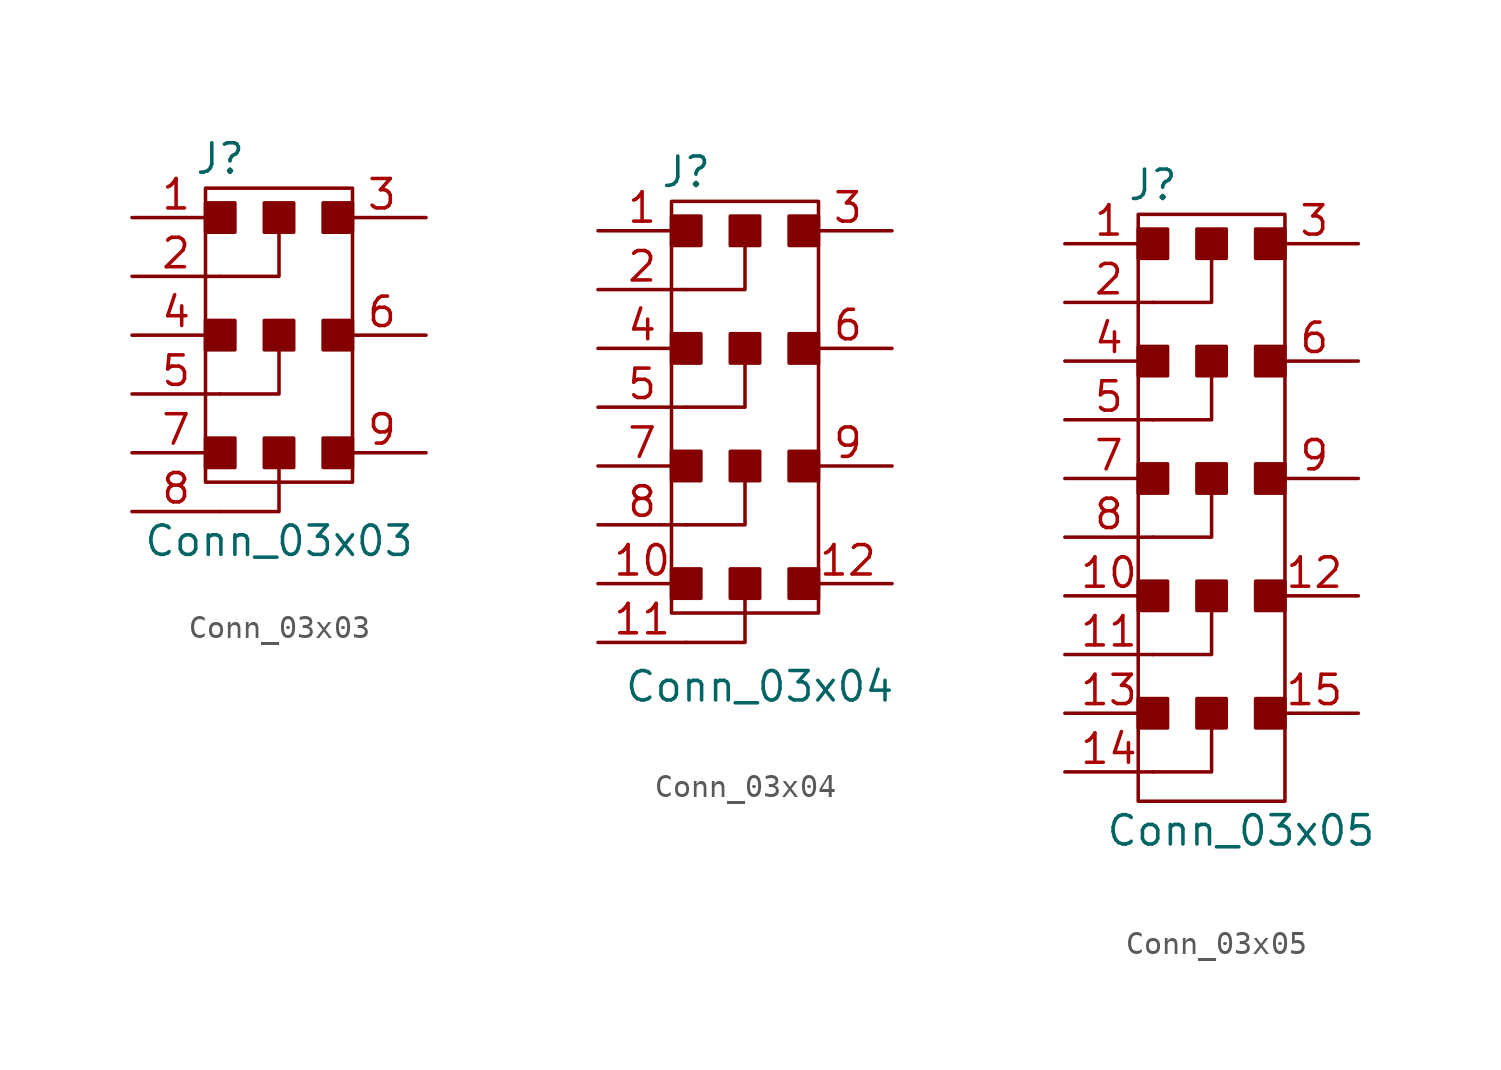
<source format=kicad_sym>
(kicad_symbol_lib
  (version 20220914)
  (generator kicad_symbol_editor)
  (symbol "Conn_03x03"
    (pin_names
      (offset 1.016) hide)
    (property "Reference" "J"
      (at -2.54 10.16 0)
      (effects (font (size 1.27 1.27))))
    (property "Value" "Conn_03x03"
      (at 0 -6.35 0)
      (effects (font (size 1.27 1.27))))
    (symbol "Conn_03x03_0_1"
      (rectangle (start -3.175 -1.905) (end -1.905 -3.175) (stroke (width 0) (type default)) (fill (type outline)))
      (rectangle (start -3.175 3.175) (end -1.905 1.905) (stroke (width 0) (type default)) (fill (type outline)))
      (rectangle (start -3.175 8.255) (end -1.905 6.985) (stroke (width 0) (type default)) (fill (type outline)))
      (rectangle (start -3.175 8.89) (end 3.175 -3.81) (stroke (width 0) (type default)) (fill (type none)))
      (rectangle (start -0.635 -1.905) (end 0.635 -3.175) (stroke (width 0) (type default)) (fill (type outline)))
      (rectangle (start -0.635 3.175) (end 0.635 1.905) (stroke (width 0) (type default)) (fill (type outline)))
      (rectangle (start -0.635 8.255) (end 0.635 6.985) (stroke (width 0) (type default)) (fill (type outline)))
      (polyline (pts (xy -2.54 -5.08) (xy 0 -5.08) (xy 0 -2.54)) (stroke (width 0) (type default)) (fill (type none)))
      (polyline (pts (xy -2.54 0) (xy 0 0) (xy 0 2.54)) (stroke (width 0) (type default)) (fill (type none)))
      (polyline (pts (xy -2.54 5.08) (xy 0 5.08) (xy 0 7.62)) (stroke (width 0) (type default)) (fill (type none)))
      (rectangle (start 1.905 -1.905) (end 3.175 -3.175) (stroke (width 0) (type default)) (fill (type outline)))
      (rectangle (start 1.905 3.175) (end 3.175 1.905) (stroke (width 0) (type default)) (fill (type outline)))
      (rectangle (start 1.905 8.255) (end 3.175 6.985) (stroke (width 0) (type default)) (fill (type outline))))
    (symbol "Conn_03x03_1_1"
      (pin passive line (at -6.35 7.62 0) (length 3.81) (name "~" (effects (font (size 1.27 1.27)))) (number "1" (effects (font (size 1.27 1.27)))))
      (pin passive line (at -6.35 5.08 0) (length 3.81) (name "~" (effects (font (size 1.27 1.27)))) (number "2" (effects (font (size 1.27 1.27)))))
      (pin passive line (at 6.35 7.62 180) (length 3.81) (name "~" (effects (font (size 1.27 1.27)))) (number "3" (effects (font (size 1.27 1.27)))))
      (pin passive line (at -6.35 2.54 0) (length 3.81) (name "~" (effects (font (size 1.27 1.27)))) (number "4" (effects (font (size 1.27 1.27)))))
      (pin passive line (at -6.35 0 0) (length 3.81) (name "~" (effects (font (size 1.27 1.27)))) (number "5" (effects (font (size 1.27 1.27)))))
      (pin passive line (at 6.35 2.54 180) (length 3.81) (name "Pin_6" (effects (font (size 1.27 1.27)))) (number "6" (effects (font (size 1.27 1.27)))))
      (pin passive line (at -6.35 -2.54 0) (length 3.81) (name "~" (effects (font (size 1.27 1.27)))) (number "7" (effects (font (size 1.27 1.27)))))
      (pin passive line (at -6.35 -5.08 0) (length 3.81) (name "~" (effects (font (size 1.27 1.27)))) (number "8" (effects (font (size 1.27 1.27)))))
      (pin passive line (at 6.35 -2.54 180) (length 3.81) (name "~" (effects (font (size 1.27 1.27)))) (number "9" (effects (font (size 1.27 1.27)))))))
  (symbol "Conn_03x04"
    (pin_names
      (offset 1.016) hide)
    (property "Reference" "J"
      (at -2.54 10.16 0)
      (effects (font (size 1.27 1.27))))
    (property "Value" "Conn_03x04"
      (at 0.635 -12.065 0)
      (effects (font (size 1.27 1.27))))
    (symbol "Conn_03x04_0_1"
      (rectangle (start -3.175 -6.985) (end -1.905 -8.255) (stroke (width 0) (type default)) (fill (type outline)))
      (rectangle (start -3.175 -1.905) (end -1.905 -3.175) (stroke (width 0) (type default)) (fill (type outline)))
      (rectangle (start -3.175 3.175) (end -1.905 1.905) (stroke (width 0) (type default)) (fill (type outline)))
      (rectangle (start -3.175 8.255) (end -1.905 6.985) (stroke (width 0) (type default)) (fill (type outline)))
      (rectangle (start -3.175 8.89) (end 3.175 -8.89) (stroke (width 0) (type default)) (fill (type none)))
      (rectangle (start -0.635 -6.985) (end 0.635 -8.255) (stroke (width 0) (type default)) (fill (type outline)))
      (rectangle (start -0.635 -1.905) (end 0.635 -3.175) (stroke (width 0) (type default)) (fill (type outline)))
      (rectangle (start -0.635 3.175) (end 0.635 1.905) (stroke (width 0) (type default)) (fill (type outline)))
      (rectangle (start -0.635 8.255) (end 0.635 6.985) (stroke (width 0) (type default)) (fill (type outline)))
      (polyline (pts (xy -2.54 -10.16) (xy 0 -10.16) (xy 0 -7.62)) (stroke (width 0) (type default)) (fill (type none)))
      (polyline (pts (xy -2.54 -5.08) (xy 0 -5.08) (xy 0 -2.54)) (stroke (width 0) (type default)) (fill (type none)))
      (polyline (pts (xy -2.54 0) (xy 0 0) (xy 0 2.54)) (stroke (width 0) (type default)) (fill (type none)))
      (polyline (pts (xy -2.54 5.08) (xy 0 5.08) (xy 0 7.62)) (stroke (width 0) (type default)) (fill (type none)))
      (rectangle (start 1.905 -6.985) (end 3.175 -8.255) (stroke (width 0) (type default)) (fill (type outline)))
      (rectangle (start 1.905 -1.905) (end 3.175 -3.175) (stroke (width 0) (type default)) (fill (type outline)))
      (rectangle (start 1.905 3.175) (end 3.175 1.905) (stroke (width 0) (type default)) (fill (type outline)))
      (rectangle (start 1.905 8.255) (end 3.175 6.985) (stroke (width 0) (type default)) (fill (type outline))))
    (symbol "Conn_03x04_1_1"
      (pin passive line (at -6.35 7.62 0) (length 3.81) (name "~" (effects (font (size 1.27 1.27)))) (number "1" (effects (font (size 1.27 1.27)))))
      (pin passive line (at -6.35 -7.62 0) (length 3.81) (name "~" (effects (font (size 1.27 1.27)))) (number "10" (effects (font (size 1.27 1.27)))))
      (pin passive line (at -6.35 -10.16 0) (length 3.81) (name "~" (effects (font (size 1.27 1.27)))) (number "11" (effects (font (size 1.27 1.27)))))
      (pin passive line (at 6.35 -7.62 180) (length 3.81) (name "~" (effects (font (size 1.27 1.27)))) (number "12" (effects (font (size 1.27 1.27)))))
      (pin passive line (at -6.35 5.08 0) (length 3.81) (name "~" (effects (font (size 1.27 1.27)))) (number "2" (effects (font (size 1.27 1.27)))))
      (pin passive line (at 6.35 7.62 180) (length 3.81) (name "~" (effects (font (size 1.27 1.27)))) (number "3" (effects (font (size 1.27 1.27)))))
      (pin passive line (at -6.35 2.54 0) (length 3.81) (name "~" (effects (font (size 1.27 1.27)))) (number "4" (effects (font (size 1.27 1.27)))))
      (pin passive line (at -6.35 0 0) (length 3.81) (name "~" (effects (font (size 1.27 1.27)))) (number "5" (effects (font (size 1.27 1.27)))))
      (pin passive line (at 6.35 2.54 180) (length 3.81) (name "Pin_6" (effects (font (size 1.27 1.27)))) (number "6" (effects (font (size 1.27 1.27)))))
      (pin passive line (at -6.35 -2.54 0) (length 3.81) (name "~" (effects (font (size 1.27 1.27)))) (number "7" (effects (font (size 1.27 1.27)))))
      (pin passive line (at -6.35 -5.08 0) (length 3.81) (name "~" (effects (font (size 1.27 1.27)))) (number "8" (effects (font (size 1.27 1.27)))))
      (pin passive line (at 6.35 -2.54 180) (length 3.81) (name "~" (effects (font (size 1.27 1.27)))) (number "9" (effects (font (size 1.27 1.27)))))))
  (symbol "Conn_03x05"
    (pin_names
      (offset 1.016) hide)
    (property "Reference" "J"
      (at -2.54 10.16 0)
      (effects (font (size 1.27 1.27))))
    (property "Value" "Conn_03x05"
      (at 1.27 -17.78 0)
      (effects (font (size 1.27 1.27))))
    (symbol "Conn_03x05_0_1"
      (rectangle (start -3.175 -12.065) (end -1.905 -13.335) (stroke (width 0) (type default)) (fill (type outline)))
      (rectangle (start -3.175 -6.985) (end -1.905 -8.255) (stroke (width 0) (type default)) (fill (type outline)))
      (rectangle (start -3.175 -1.905) (end -1.905 -3.175) (stroke (width 0) (type default)) (fill (type outline)))
      (rectangle (start -3.175 3.175) (end -1.905 1.905) (stroke (width 0) (type default)) (fill (type outline)))
      (rectangle (start -3.175 8.255) (end -1.905 6.985) (stroke (width 0) (type default)) (fill (type outline)))
      (rectangle (start -3.175 8.89) (end 3.175 -16.51) (stroke (width 0) (type default)) (fill (type none)))
      (rectangle (start -0.635 -12.065) (end 0.635 -13.335) (stroke (width 0) (type default)) (fill (type outline)))
      (rectangle (start -0.635 -6.985) (end 0.635 -8.255) (stroke (width 0) (type default)) (fill (type outline)))
      (rectangle (start -0.635 -1.905) (end 0.635 -3.175) (stroke (width 0) (type default)) (fill (type outline)))
      (rectangle (start -0.635 3.175) (end 0.635 1.905) (stroke (width 0) (type default)) (fill (type outline)))
      (rectangle (start -0.635 8.255) (end 0.635 6.985) (stroke (width 0) (type default)) (fill (type outline)))
      (polyline (pts (xy -2.54 -15.24) (xy 0 -15.24) (xy 0 -12.7)) (stroke (width 0) (type default)) (fill (type none)))
      (polyline (pts (xy -2.54 -10.16) (xy 0 -10.16) (xy 0 -7.62)) (stroke (width 0) (type default)) (fill (type none)))
      (polyline (pts (xy -2.54 -5.08) (xy 0 -5.08) (xy 0 -2.54)) (stroke (width 0) (type default)) (fill (type none)))
      (polyline (pts (xy -2.54 0) (xy 0 0) (xy 0 2.54)) (stroke (width 0) (type default)) (fill (type none)))
      (polyline (pts (xy -2.54 5.08) (xy 0 5.08) (xy 0 7.62)) (stroke (width 0) (type default)) (fill (type none)))
      (rectangle (start 1.905 -12.065) (end 3.175 -13.335) (stroke (width 0) (type default)) (fill (type outline)))
      (rectangle (start 1.905 -6.985) (end 3.175 -8.255) (stroke (width 0) (type default)) (fill (type outline)))
      (rectangle (start 1.905 -1.905) (end 3.175 -3.175) (stroke (width 0) (type default)) (fill (type outline)))
      (rectangle (start 1.905 3.175) (end 3.175 1.905) (stroke (width 0) (type default)) (fill (type outline)))
      (rectangle (start 1.905 8.255) (end 3.175 6.985) (stroke (width 0) (type default)) (fill (type outline))))
    (symbol "Conn_03x05_1_1"
      (pin passive line (at -6.35 7.62 0) (length 3.81) (name "~" (effects (font (size 1.27 1.27)))) (number "1" (effects (font (size 1.27 1.27)))))
      (pin passive line (at -6.35 -7.62 0) (length 3.81) (name "~" (effects (font (size 1.27 1.27)))) (number "10" (effects (font (size 1.27 1.27)))))
      (pin passive line (at -6.35 -10.16 0) (length 3.81) (name "~" (effects (font (size 1.27 1.27)))) (number "11" (effects (font (size 1.27 1.27)))))
      (pin passive line (at 6.35 -7.62 180) (length 3.81) (name "~" (effects (font (size 1.27 1.27)))) (number "12" (effects (font (size 1.27 1.27)))))
      (pin passive line (at -6.35 -12.7 0) (length 3.81) (name "~" (effects (font (size 1.27 1.27)))) (number "13" (effects (font (size 1.27 1.27)))))
      (pin passive line (at -6.35 -15.24 0) (length 3.81) (name "~" (effects (font (size 1.27 1.27)))) (number "14" (effects (font (size 1.27 1.27)))))
      (pin passive line (at 6.35 -12.7 180) (length 3.81) (name "~" (effects (font (size 1.27 1.27)))) (number "15" (effects (font (size 1.27 1.27)))))
      (pin passive line (at -6.35 5.08 0) (length 3.81) (name "~" (effects (font (size 1.27 1.27)))) (number "2" (effects (font (size 1.27 1.27)))))
      (pin passive line (at 6.35 7.62 180) (length 3.81) (name "~" (effects (font (size 1.27 1.27)))) (number "3" (effects (font (size 1.27 1.27)))))
      (pin passive line (at -6.35 2.54 0) (length 3.81) (name "~" (effects (font (size 1.27 1.27)))) (number "4" (effects (font (size 1.27 1.27)))))
      (pin passive line (at -6.35 0 0) (length 3.81) (name "~" (effects (font (size 1.27 1.27)))) (number "5" (effects (font (size 1.27 1.27)))))
      (pin passive line (at 6.35 2.54 180) (length 3.81) (name "Pin_6" (effects (font (size 1.27 1.27)))) (number "6" (effects (font (size 1.27 1.27)))))
      (pin passive line (at -6.35 -2.54 0) (length 3.81) (name "~" (effects (font (size 1.27 1.27)))) (number "7" (effects (font (size 1.27 1.27)))))
      (pin passive line (at -6.35 -5.08 0) (length 3.81) (name "~" (effects (font (size 1.27 1.27)))) (number "8" (effects (font (size 1.27 1.27)))))
      (pin passive line (at 6.35 -2.54 180) (length 3.81) (name "~" (effects (font (size 1.27 1.27)))) (number "9" (effects (font (size 1.27 1.27))))))))
</source>
